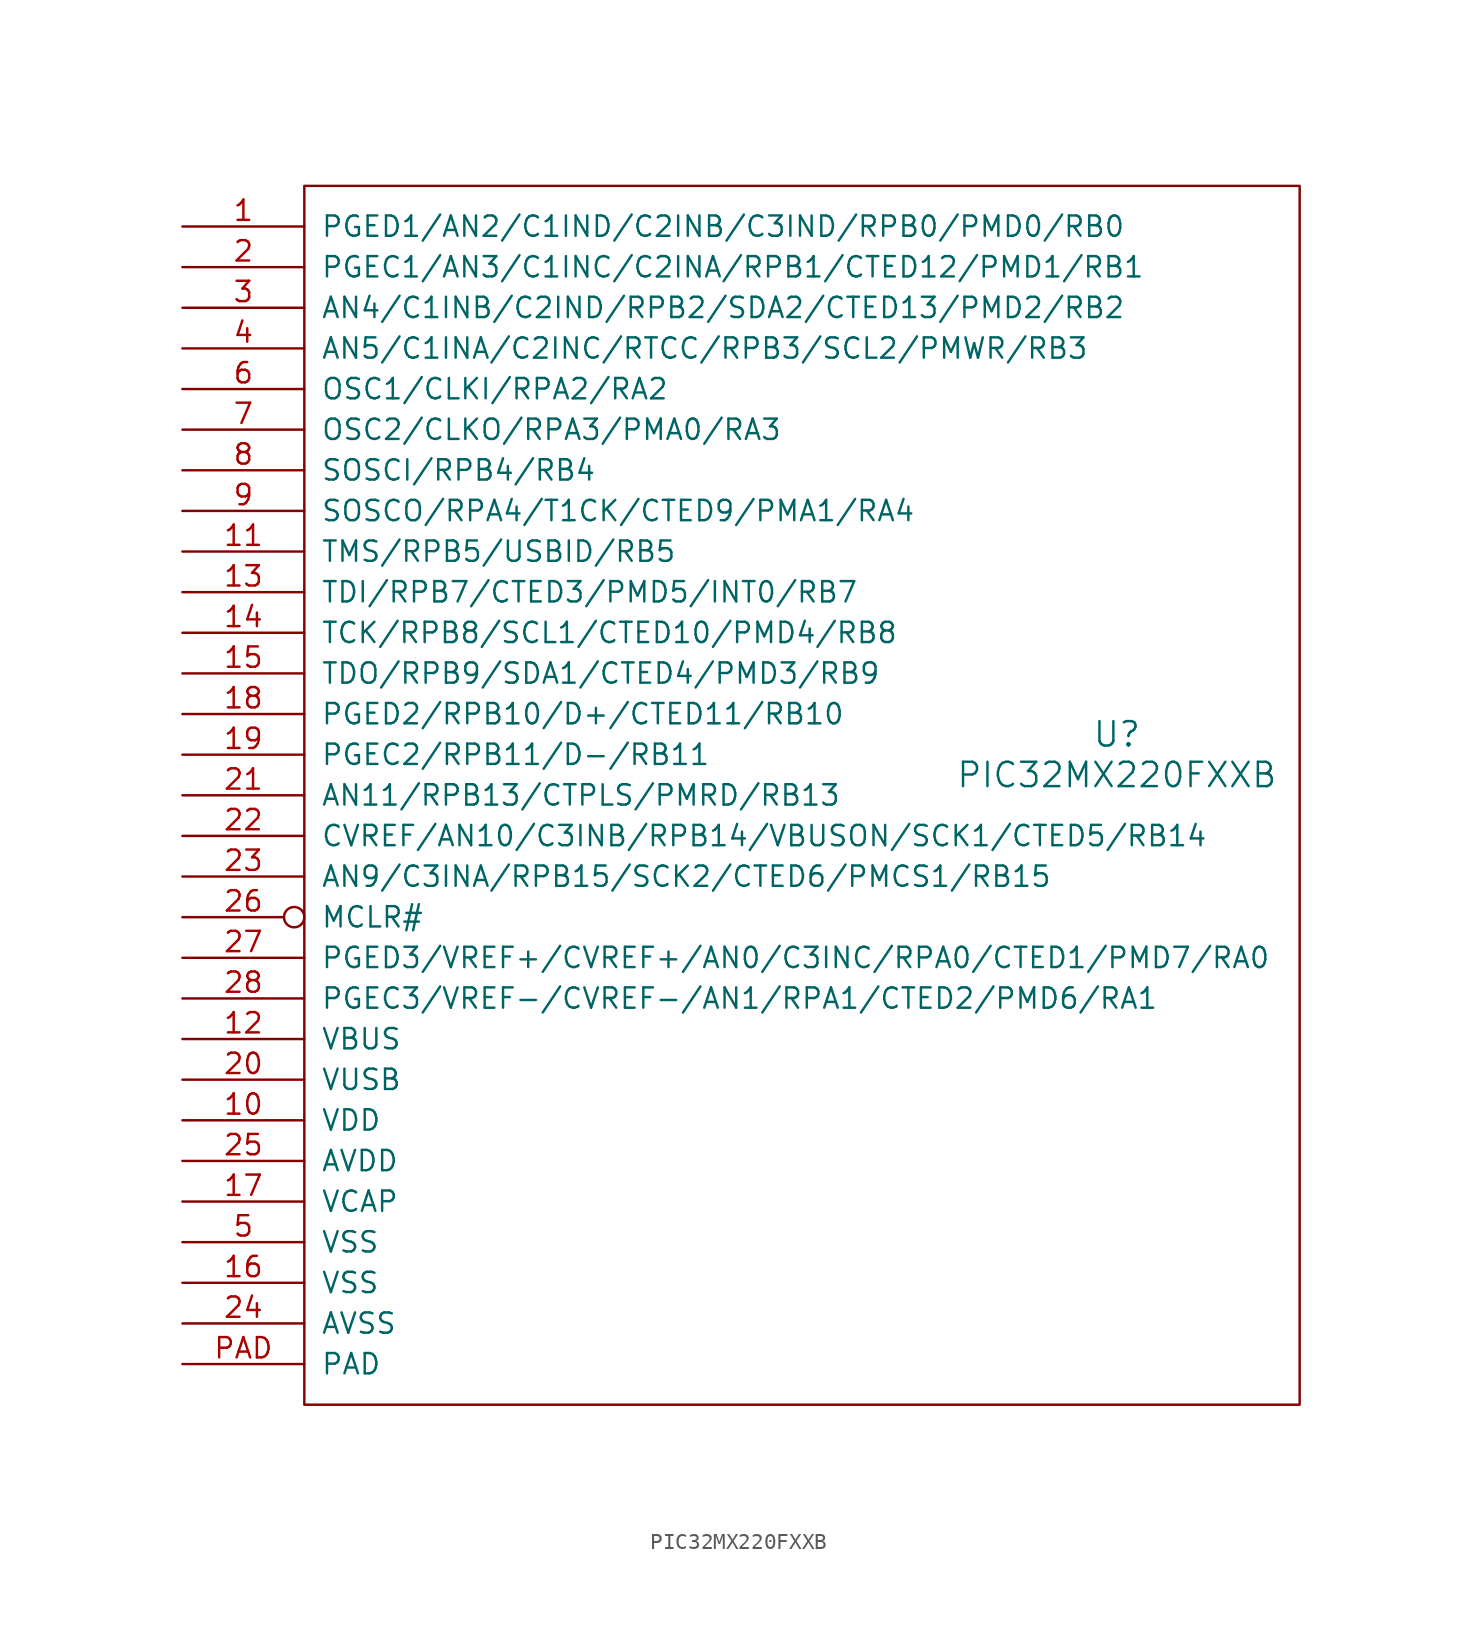
<source format=kicad_sym>
(kicad_symbol_lib
  (version 20211014)
  (generator kicad_symbol_editor)
  (symbol "PIC32MX220FXXB"
    (pin_names
      (offset 1.016))
    (property "Reference" "U"
      (at 15.24 17.78 0)
      (effects (font (size 1.524 1.524))))
    (property "Value" "PIC32MX220FXXB"
      (at 15.24 15.24 0)
      (effects (font (size 1.524 1.524))))
    (symbol "PIC32MX220FXXB_0_1"
      (rectangle (start -35.56 52.07) (end 26.67 -24.13) (stroke (width 0) (type default) (color 0 0 0 0)) (fill (type none))))
    (symbol "PIC32MX220FXXB_1_1"
      (pin bidirectional line (at -43.18 49.53 0) (length 7.62) (name "PGED1/AN2/C1IND/C2INB/C3IND/RPB0/PMD0/RB0" (effects (font (size 1.27 1.27)))) (number "1" (effects (font (size 1.27 1.27)))))
      (pin power_in line (at -43.18 -6.35 0) (length 7.62) (name "VDD" (effects (font (size 1.27 1.27)))) (number "10" (effects (font (size 1.27 1.27)))))
      (pin bidirectional line (at -43.18 29.21 0) (length 7.62) (name "TMS/RPB5/USBID/RB5" (effects (font (size 1.27 1.27)))) (number "11" (effects (font (size 1.27 1.27)))))
      (pin power_in line (at -43.18 -1.27 0) (length 7.62) (name "VBUS" (effects (font (size 1.27 1.27)))) (number "12" (effects (font (size 1.27 1.27)))))
      (pin bidirectional line (at -43.18 26.67 0) (length 7.62) (name "TDI/RPB7/CTED3/PMD5/INT0/RB7" (effects (font (size 1.27 1.27)))) (number "13" (effects (font (size 1.27 1.27)))))
      (pin bidirectional line (at -43.18 24.13 0) (length 7.62) (name "TCK/RPB8/SCL1/CTED10/PMD4/RB8" (effects (font (size 1.27 1.27)))) (number "14" (effects (font (size 1.27 1.27)))))
      (pin bidirectional line (at -43.18 21.59 0) (length 7.62) (name "TDO/RPB9/SDA1/CTED4/PMD3/RB9" (effects (font (size 1.27 1.27)))) (number "15" (effects (font (size 1.27 1.27)))))
      (pin power_in line (at -43.18 -16.51 0) (length 7.62) (name "VSS" (effects (font (size 1.27 1.27)))) (number "16" (effects (font (size 1.27 1.27)))))
      (pin power_out line (at -43.18 -11.43 0) (length 7.62) (name "VCAP" (effects (font (size 1.27 1.27)))) (number "17" (effects (font (size 1.27 1.27)))))
      (pin bidirectional line (at -43.18 19.05 0) (length 7.62) (name "PGED2/RPB10/D+/CTED11/RB10" (effects (font (size 1.27 1.27)))) (number "18" (effects (font (size 1.27 1.27)))))
      (pin bidirectional line (at -43.18 16.51 0) (length 7.62) (name "PGEC2/RPB11/D-/RB11" (effects (font (size 1.27 1.27)))) (number "19" (effects (font (size 1.27 1.27)))))
      (pin bidirectional line (at -43.18 46.99 0) (length 7.62) (name "PGEC1/AN3/C1INC/C2INA/RPB1/CTED12/PMD1/RB1" (effects (font (size 1.27 1.27)))) (number "2" (effects (font (size 1.27 1.27)))))
      (pin power_in line (at -43.18 -3.81 0) (length 7.62) (name "VUSB" (effects (font (size 1.27 1.27)))) (number "20" (effects (font (size 1.27 1.27)))))
      (pin bidirectional line (at -43.18 13.97 0) (length 7.62) (name "AN11/RPB13/CTPLS/PMRD/RB13" (effects (font (size 1.27 1.27)))) (number "21" (effects (font (size 1.27 1.27)))))
      (pin bidirectional line (at -43.18 11.43 0) (length 7.62) (name "CVREF/AN10/C3INB/RPB14/VBUSON/SCK1/CTED5/RB14" (effects (font (size 1.27 1.27)))) (number "22" (effects (font (size 1.27 1.27)))))
      (pin bidirectional line (at -43.18 8.89 0) (length 7.62) (name "AN9/C3INA/RPB15/SCK2/CTED6/PMCS1/RB15" (effects (font (size 1.27 1.27)))) (number "23" (effects (font (size 1.27 1.27)))))
      (pin power_in line (at -43.18 -19.05 0) (length 7.62) (name "AVSS" (effects (font (size 1.27 1.27)))) (number "24" (effects (font (size 1.27 1.27)))))
      (pin power_in line (at -43.18 -8.89 0) (length 7.62) (name "AVDD" (effects (font (size 1.27 1.27)))) (number "25" (effects (font (size 1.27 1.27)))))
      (pin bidirectional inverted (at -43.18 6.35 0) (length 7.62) (name "MCLR#" (effects (font (size 1.27 1.27)))) (number "26" (effects (font (size 1.27 1.27)))))
      (pin bidirectional line (at -43.18 3.81 0) (length 7.62) (name "PGED3/VREF+/CVREF+/AN0/C3INC/RPA0/CTED1/PMD7/RA0" (effects (font (size 1.27 1.27)))) (number "27" (effects (font (size 1.27 1.27)))))
      (pin bidirectional line (at -43.18 1.27 0) (length 7.62) (name "PGEC3/VREF-/CVREF-/AN1/RPA1/CTED2/PMD6/RA1" (effects (font (size 1.27 1.27)))) (number "28" (effects (font (size 1.27 1.27)))))
      (pin bidirectional line (at -43.18 44.45 0) (length 7.62) (name "AN4/C1INB/C2IND/RPB2/SDA2/CTED13/PMD2/RB2" (effects (font (size 1.27 1.27)))) (number "3" (effects (font (size 1.27 1.27)))))
      (pin bidirectional line (at -43.18 41.91 0) (length 7.62) (name "AN5/C1INA/C2INC/RTCC/RPB3/SCL2/PMWR/RB3" (effects (font (size 1.27 1.27)))) (number "4" (effects (font (size 1.27 1.27)))))
      (pin power_in line (at -43.18 -13.97 0) (length 7.62) (name "VSS" (effects (font (size 1.27 1.27)))) (number "5" (effects (font (size 1.27 1.27)))))
      (pin bidirectional line (at -43.18 39.37 0) (length 7.62) (name "OSC1/CLKI/RPA2/RA2" (effects (font (size 1.27 1.27)))) (number "6" (effects (font (size 1.27 1.27)))))
      (pin bidirectional line (at -43.18 36.83 0) (length 7.62) (name "OSC2/CLKO/RPA3/PMA0/RA3" (effects (font (size 1.27 1.27)))) (number "7" (effects (font (size 1.27 1.27)))))
      (pin bidirectional line (at -43.18 34.29 0) (length 7.62) (name "SOSCI/RPB4/RB4" (effects (font (size 1.27 1.27)))) (number "8" (effects (font (size 1.27 1.27)))))
      (pin bidirectional line (at -43.18 31.75 0) (length 7.62) (name "SOSCO/RPA4/T1CK/CTED9/PMA1/RA4" (effects (font (size 1.27 1.27)))) (number "9" (effects (font (size 1.27 1.27)))))
      (pin power_in line (at -43.18 -21.59 0) (length 7.62) (name "PAD" (effects (font (size 1.27 1.27)))) (number "PAD" (effects (font (size 1.27 1.27))))))))
</source>
